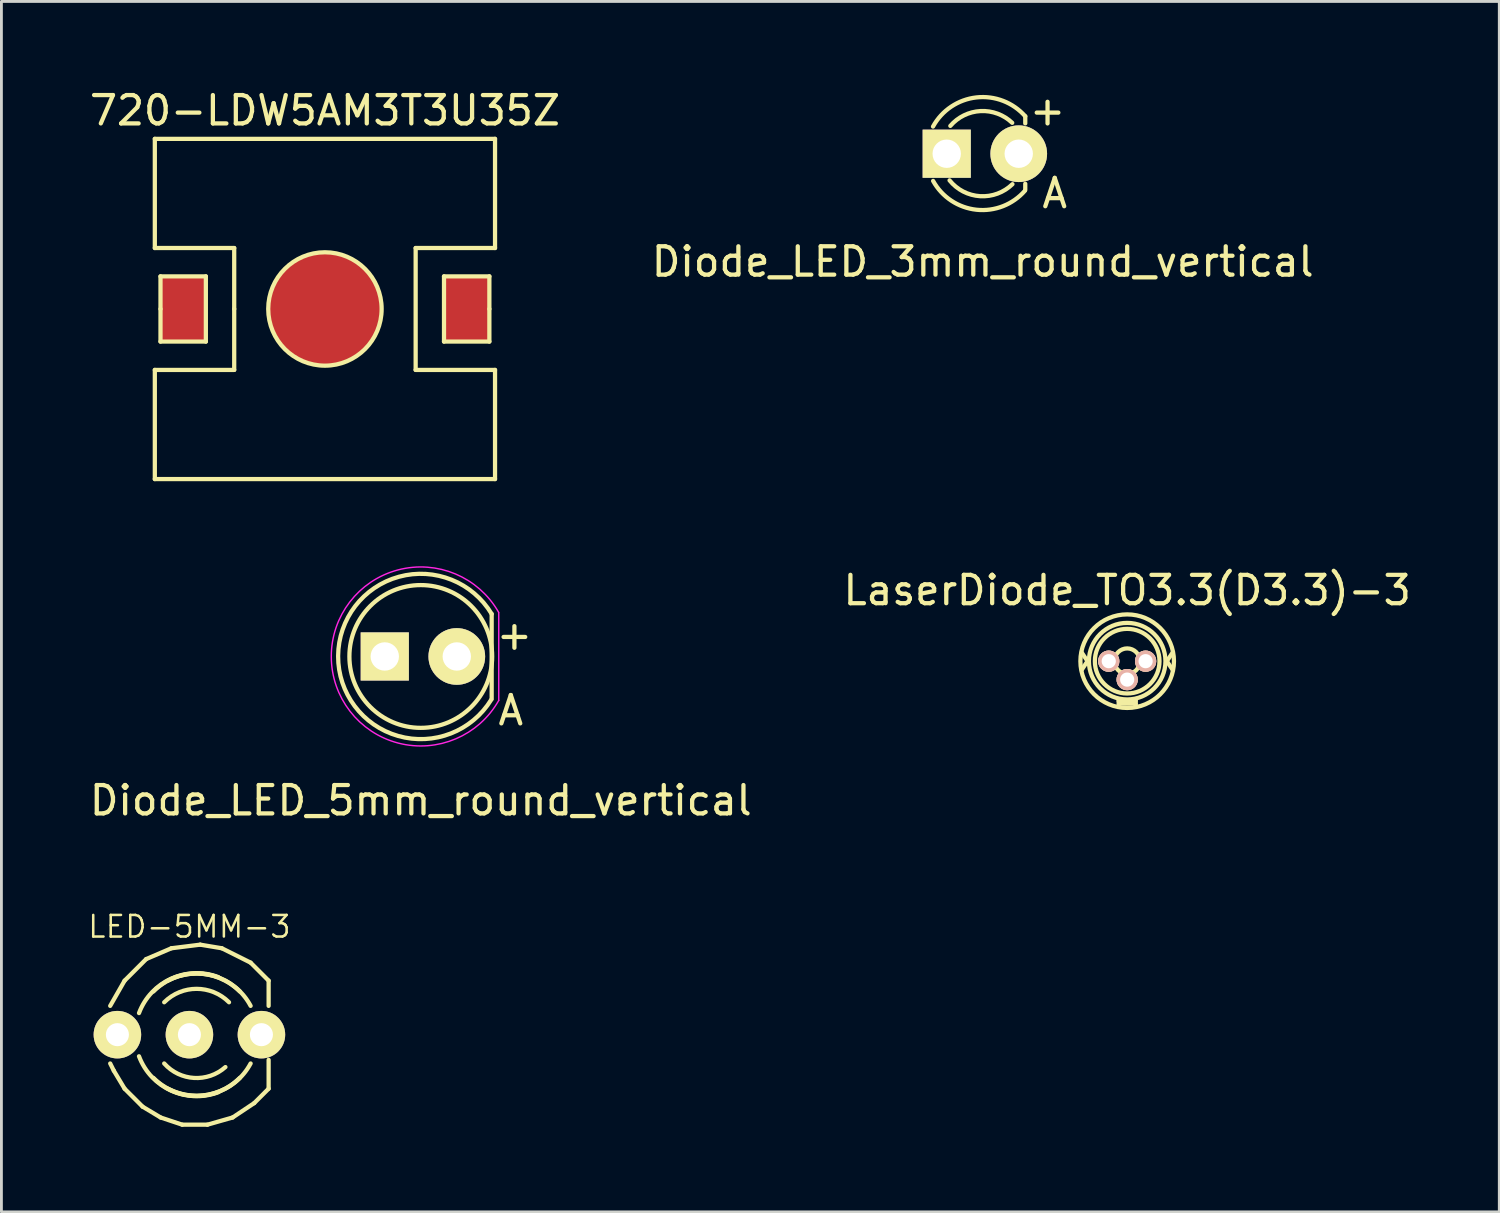
<source format=kicad_pcb>
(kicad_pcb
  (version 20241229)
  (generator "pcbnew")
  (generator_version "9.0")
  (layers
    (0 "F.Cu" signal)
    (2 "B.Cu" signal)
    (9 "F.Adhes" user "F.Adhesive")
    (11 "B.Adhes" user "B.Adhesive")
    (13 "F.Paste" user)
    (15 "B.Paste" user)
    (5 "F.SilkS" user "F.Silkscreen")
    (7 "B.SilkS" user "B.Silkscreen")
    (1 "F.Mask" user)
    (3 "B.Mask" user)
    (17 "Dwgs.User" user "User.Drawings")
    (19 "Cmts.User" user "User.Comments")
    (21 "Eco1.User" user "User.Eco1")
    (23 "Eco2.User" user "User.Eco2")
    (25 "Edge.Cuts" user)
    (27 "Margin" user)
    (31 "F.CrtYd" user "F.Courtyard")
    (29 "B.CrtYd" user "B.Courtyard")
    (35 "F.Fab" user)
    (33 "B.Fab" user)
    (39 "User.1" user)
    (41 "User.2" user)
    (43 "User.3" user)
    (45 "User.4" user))
  (footprint "720-LDW5AM3T3U35Z"
    (layer "F.Cu")
    (at 8.411 7.848)
    (property "Reference" "720-LDW5AM3T3U35Z" (at 0 -7 0) (layer "F.SilkS") (effects (font (size 1 1) (thickness 0.15))))
    (attr through_hole)
    (fp_line (start -6 -6) (end 6 -6) (stroke (width 0.15) (type solid)) (layer "F.SilkS"))
    (fp_line (start -6 -2.15) (end -6 -6) (stroke (width 0.15) (type solid)) (layer "F.SilkS"))
    (fp_line (start -6 2.15) (end -3.2 2.15) (stroke (width 0.15) (type solid)) (layer "F.SilkS"))
    (fp_line (start -6 6) (end -6 2.15) (stroke (width 0.15) (type solid)) (layer "F.SilkS"))
    (fp_line (start -5.8 -1.15) (end -4.2 -1.15) (stroke (width 0.15) (type solid)) (layer "F.SilkS"))
    (fp_line (start -5.8 0) (end -5.8 -1.15) (stroke (width 0.15) (type solid)) (layer "F.SilkS"))
    (fp_line (start -5.8 1.15) (end -5.8 0) (stroke (width 0.15) (type solid)) (layer "F.SilkS"))
    (fp_line (start -4.2 -1.15) (end -4.2 1.15) (stroke (width 0.15) (type solid)) (layer "F.SilkS"))
    (fp_line (start -4.2 1.15) (end -5.8 1.15) (stroke (width 0.15) (type solid)) (layer "F.SilkS"))
    (fp_line (start -3.2 -2.15) (end -6 -2.15) (stroke (width 0.15) (type solid)) (layer "F.SilkS"))
    (fp_line (start -3.2 0) (end -3.2 -2.15) (stroke (width 0.15) (type solid)) (layer "F.SilkS"))
    (fp_line (start -3.2 2.15) (end -3.2 0) (stroke (width 0.15) (type solid)) (layer "F.SilkS"))
    (fp_line (start 3.2 -2.15) (end 3.2 2.15) (stroke (width 0.15) (type solid)) (layer "F.SilkS"))
    (fp_line (start 3.2 2.15) (end 6 2.15) (stroke (width 0.15) (type solid)) (layer "F.SilkS"))
    (fp_line (start 4.2 -1.15) (end 5.8 -1.15) (stroke (width 0.15) (type solid)) (layer "F.SilkS"))
    (fp_line (start 4.2 1.15) (end 4.2 -1.15) (stroke (width 0.15) (type solid)) (layer "F.SilkS"))
    (fp_line (start 5.8 -1.15) (end 5.8 0) (stroke (width 0.15) (type solid)) (layer "F.SilkS"))
    (fp_line (start 5.8 0) (end 5.8 1.15) (stroke (width 0.15) (type solid)) (layer "F.SilkS"))
    (fp_line (start 5.8 1.15) (end 4.2 1.15) (stroke (width 0.15) (type solid)) (layer "F.SilkS"))
    (fp_line (start 6 -6) (end 6 -2.15) (stroke (width 0.15) (type solid)) (layer "F.SilkS"))
    (fp_line (start 6 -2.15) (end 3.2 -2.15) (stroke (width 0.15) (type solid)) (layer "F.SilkS"))
    (fp_line (start 6 2.15) (end 6 6) (stroke (width 0.15) (type solid)) (layer "F.SilkS"))
    (fp_line (start 6 6) (end -6 6) (stroke (width 0.15) (type solid)) (layer "F.SilkS"))
    (fp_circle (center 0 0) (end 2 0) (stroke (width 0.15) (type solid)) (fill no) (layer "F.SilkS"))
    (pad "1" smd rect (at -5 0) (size 1.6 2.3) (layers "F.Cu" "F.Mask" "F.Paste"))
    (pad "1" smd circle (at 0 0) (size 4 4) (layers "F.Cu" "F.Mask" "F.Paste"))
    (pad "2" smd rect (at 5 0) (size 1.6 2.3) (layers "F.Cu" "F.Mask" "F.Paste")))
  (footprint "LED-5MM-3"
    (layer "F.Cu")
    (at 3.631 33.445)
    (property "Reference" "LED-5MM-3" (at 0 -3.81 0) (layer "F.SilkS") (effects (font (size 0.762 0.762) (thickness 0.089))))
    (attr through_hole)
    (fp_line (start -2.667 1.27) (end -2.794 1.016) (stroke (width 0.15) (type solid)) (layer "F.SilkS"))
    (fp_line (start -2.286 -1.905) (end -2.794 -1.016) (stroke (width 0.15) (type solid)) (layer "F.SilkS"))
    (fp_line (start -2.286 1.905) (end -2.667 1.27) (stroke (width 0.15) (type solid)) (layer "F.SilkS"))
    (fp_line (start -1.651 2.54) (end -2.286 1.905) (stroke (width 0.15) (type solid)) (layer "F.SilkS"))
    (fp_line (start -1.524 -2.667) (end -2.286 -1.905) (stroke (width 0.15) (type solid)) (layer "F.SilkS"))
    (fp_line (start -1.016 2.921) (end -1.651 2.54) (stroke (width 0.15) (type solid)) (layer "F.SilkS"))
    (fp_line (start -0.635 -3.048) (end -1.524 -2.667) (stroke (width 0.15) (type solid)) (layer "F.SilkS"))
    (fp_line (start -0.254 3.175) (end -1.016 2.921) (stroke (width 0.15) (type solid)) (layer "F.SilkS"))
    (fp_line (start 0.381 -3.175) (end -0.635 -3.048) (stroke (width 0.15) (type solid)) (layer "F.SilkS"))
    (fp_line (start 0.635 3.175) (end -0.254 3.175) (stroke (width 0.15) (type solid)) (layer "F.SilkS"))
    (fp_line (start 1.143 -3.048) (end 0.381 -3.175) (stroke (width 0.15) (type solid)) (layer "F.SilkS"))
    (fp_line (start 1.524 2.921) (end 0.635 3.175) (stroke (width 0.15) (type solid)) (layer "F.SilkS"))
    (fp_line (start 2.159 -2.54) (end 1.143 -3.048) (stroke (width 0.15) (type solid)) (layer "F.SilkS"))
    (fp_line (start 2.286 2.413) (end 1.524 2.921) (stroke (width 0.15) (type solid)) (layer "F.SilkS"))
    (fp_line (start 2.794 -1.905) (end 2.159 -2.54) (stroke (width 0.15) (type solid)) (layer "F.SilkS"))
    (fp_line (start 2.794 -1.905) (end 2.794 -1.016) (stroke (width 0.15) (type solid)) (layer "F.SilkS"))
    (fp_line (start 2.794 0.889) (end 2.794 1.905) (stroke (width 0.15) (type solid)) (layer "F.SilkS"))
    (fp_line (start 2.794 1.905) (end 2.286 2.413) (stroke (width 0.15) (type solid)) (layer "F.SilkS"))
    (fp_arc (start -1.778 -0.762) (mid -0.644026 -1.975656) (end 1.016 -2.032) (stroke (width 0.15) (type solid)) (layer "F.SilkS"))
    (fp_arc (start -1.27 -1.524) (mid 0.254 -2.155261) (end 1.778 -1.524) (stroke (width 0.15) (type solid)) (layer "F.SilkS"))
    (fp_arc (start -0.889 -1.143) (mid 0.254 -1.616446) (end 1.397 -1.143) (stroke (width 0.15) (type solid)) (layer "F.SilkS"))
    (fp_arc (start -0.762 -1.905) (mid 0.882618 -2.065459) (end 2.159 -1.016) (stroke (width 0.15) (type solid)) (layer "F.SilkS"))
    (fp_arc (start 1.016 2.032) (mid -0.644026 1.975656) (end -1.778 0.762) (stroke (width 0.15) (type solid)) (layer "F.SilkS"))
    (fp_arc (start 1.27 1.143) (mid 0.164197 1.526644) (end -0.889 1.016) (stroke (width 0.15) (type solid)) (layer "F.SilkS"))
    (fp_arc (start 1.778 1.524) (mid 0.254 2.155261) (end -1.27 1.524) (stroke (width 0.15) (type solid)) (layer "F.SilkS"))
    (fp_arc (start 2.159 1.016) (mid 0.882618 2.065459) (end -0.762 1.905) (stroke (width 0.15) (type solid)) (layer "F.SilkS"))
    (pad "1" thru_hole circle (at 2.54 0) (size 1.676 1.676) (drill 0.813) (layers "*.Cu" "*.Mask" "F.SilkS"))
    (pad "2" thru_hole circle (at 0 0) (size 1.676 1.676) (drill 0.813) (layers "*.Cu" "*.Mask" "F.SilkS"))
    (pad "3" thru_hole circle (at -2.54 0) (size 1.676 1.676) (drill 0.813) (layers "*.Cu" "*.Mask" "F.SilkS")))
  (footprint "Diode_LED_5mm_round_vertical"
    (layer "F.Cu")
    (at 10.522 20.105)
    (property "Reference" "Diode_LED_5mm_round_vertical" (at 1.27 5.08 0) (layer "F.SilkS") (effects (font (size 1 1) (thickness 0.15))))
    (attr through_hole)
    (fp_line (start 3.77 1.5) (end 3.77 -1.5) (stroke (width 0.15) (type solid)) (layer "F.SilkS"))
    (fp_arc (start 3.754888 1.524904) (mid -1.64544 -0.014565) (end 3.77 -1.5) (stroke (width 0.15) (type solid)) (layer "F.SilkS"))
    (fp_circle (center 1.27 0) (end 1.57 -2.5) (stroke (width 0.15) (type solid)) (fill no) (layer "F.SilkS"))
    (fp_line (start 4.02 -1.55) (end 4.02 1.55) (stroke (width 0.05) (type solid)) (layer "F.CrtYd"))
    (fp_arc (start 4.02 1.55) (mid -1.886735 0.005113) (end 4.014964 -1.558901) (stroke (width 0.05) (type solid)) (layer "F.CrtYd"))
    (fp_text user "+" (at 4.572 -0.762 0) (layer "F.SilkS") (effects (font (size 1 1) (thickness 0.15))))
    (fp_text user "A" (at 4.445 1.905 0) (layer "F.SilkS") (effects (font (size 1 1) (thickness 0.15))))
    (pad "1" thru_hole rect (at 0 0 180) (size 1.699 1.699) (drill 1.001) (layers "*.Cu" "*.Mask" "F.SilkS"))
    (pad "2" thru_hole circle (at 2.54 0 90) (size 1.999 1.999) (drill 1.001) (layers "*.Cu" "*.Mask" "F.SilkS")))
  (footprint "Diode_LED_3mm_round_vertical"
    (layer "F.Cu")
    (at 30.343 2.372)
    (property "Reference" "Diode_LED_3mm_round_vertical" (at 1.27 3.81 0) (layer "F.SilkS") (effects (font (size 1 1) (thickness 0.15))))
    (attr through_hole)
    (fp_line (start 2.77 -1.32) (end 2.77 -1.07) (stroke (width 0.15) (type solid)) (layer "F.SilkS"))
    (fp_line (start 2.77 1.28) (end 2.77 1.06) (stroke (width 0.15) (type solid)) (layer "F.SilkS"))
    (fp_arc (start -0.483424 -0.958072) (mid 1.049084 -1.985848) (end 2.77 -1.32) (stroke (width 0.15) (type solid)) (layer "F.SilkS"))
    (fp_arc (start 0.127064 -0.981529) (mid 1.195231 -1.504696) (end 2.31 -1.09) (stroke (width 0.15) (type solid)) (layer "F.SilkS"))
    (fp_arc (start 2.317812 1.074519) (mid 1.179136 1.49808) (end 0.1 0.94) (stroke (width 0.15) (type solid)) (layer "F.SilkS"))
    (fp_arc (start 2.75722 1.306726) (mid 1.048363 1.975958) (end -0.48 0.96) (stroke (width 0.15) (type solid)) (layer "F.SilkS"))
    (fp_text user "A" (at 3.81 1.397 0) (layer "F.SilkS") (effects (font (size 1 1) (thickness 0.15))))
    (fp_text user "+" (at 3.556 -1.524 0) (layer "F.SilkS") (effects (font (size 1 1) (thickness 0.15))))
    (pad "1" thru_hole rect (at 0 0 180) (size 1.699 1.699) (drill 1.001) (layers "*.Cu" "*.Mask" "F.SilkS"))
    (pad "2" thru_hole circle (at 2.54 0 90) (size 1.999 1.999) (drill 1.001) (layers "*.Cu" "*.Mask" "F.SilkS")))
  (footprint "LaserDiode_TO3.3(D3.3)-3"
    (layer "F.Cu")
    (at 36.708 20.271)
    (property "Reference" "LaserDiode_TO3.3(D3.3)-3" (at 0 -2.5 0) (layer "F.SilkS") (effects (font (size 1 1) (thickness 0.15))))
    (attr through_hole)
    (fp_line (start -1.6 -0.3) (end -1.4 0) (stroke (width 0.15) (type solid)) (layer "F.SilkS"))
    (fp_line (start -1.4 0) (end -1.6 0.3) (stroke (width 0.15) (type solid)) (layer "F.SilkS"))
    (fp_line (start -0.3 1.4) (end 0.3 1.4) (stroke (width 0.15) (type solid)) (layer "F.SilkS"))
    (fp_line (start -0.3 1.6) (end -0.3 1.4) (stroke (width 0.15) (type solid)) (layer "F.SilkS"))
    (fp_line (start 0.3 1.4) (end 0.3 1.6) (stroke (width 0.15) (type solid)) (layer "F.SilkS"))
    (fp_line (start 0.3 1.5) (end -0.2 1.5) (stroke (width 0.15) (type solid)) (layer "F.SilkS"))
    (fp_line (start 1.4 0) (end 1.6 0.3) (stroke (width 0.15) (type solid)) (layer "F.SilkS"))
    (fp_line (start 1.6 -0.3) (end 1.4 0) (stroke (width 0.15) (type solid)) (layer "F.SilkS"))
    (fp_circle (center 0 0) (end -1.65 0) (stroke (width 0.15) (type solid)) (fill no) (layer "F.SilkS"))
    (fp_circle (center 0 0) (end 0.45 0) (stroke (width 0.15) (type solid)) (fill no) (layer "F.SilkS"))
    (fp_circle (center 0 0) (end 1.14 0) (stroke (width 0.15) (type solid)) (fill no) (layer "F.SilkS"))
    (fp_circle (center 0 0) (end 1.35 0) (stroke (width 0.15) (type solid)) (fill no) (layer "F.SilkS"))
    (pad "1" thru_hole circle (at -0.65 0) (size 0.75 0.75) (drill 0.5) (layers "*.Cu" "*.SilkS" "*.Mask"))
    (pad "2" thru_hole circle (at 0 0.65) (size 0.75 0.75) (drill 0.5) (layers "*.Cu" "*.SilkS" "*.Mask"))
    (pad "3" thru_hole circle (at 0.65 0) (size 0.75 0.75) (drill 0.5) (layers "*.Cu" "*.SilkS" "*.Mask")))
  (gr_rect
    (start -3 -3)
    (end 49.833 39.695)
    (stroke (width 0.1) (type default))
    (fill no)
    (layer "Edge.Cuts")))
</source>
